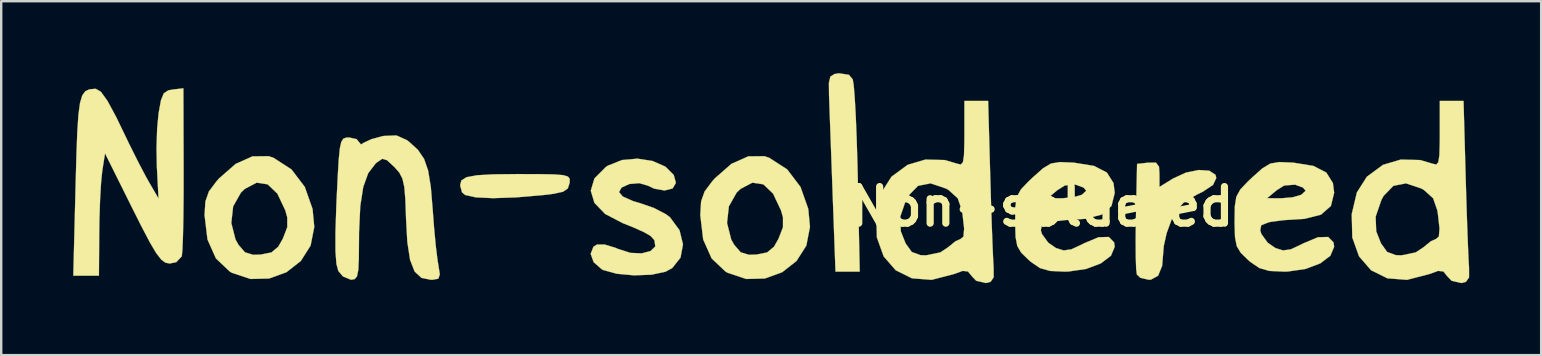
<source format=kicad_pcb>
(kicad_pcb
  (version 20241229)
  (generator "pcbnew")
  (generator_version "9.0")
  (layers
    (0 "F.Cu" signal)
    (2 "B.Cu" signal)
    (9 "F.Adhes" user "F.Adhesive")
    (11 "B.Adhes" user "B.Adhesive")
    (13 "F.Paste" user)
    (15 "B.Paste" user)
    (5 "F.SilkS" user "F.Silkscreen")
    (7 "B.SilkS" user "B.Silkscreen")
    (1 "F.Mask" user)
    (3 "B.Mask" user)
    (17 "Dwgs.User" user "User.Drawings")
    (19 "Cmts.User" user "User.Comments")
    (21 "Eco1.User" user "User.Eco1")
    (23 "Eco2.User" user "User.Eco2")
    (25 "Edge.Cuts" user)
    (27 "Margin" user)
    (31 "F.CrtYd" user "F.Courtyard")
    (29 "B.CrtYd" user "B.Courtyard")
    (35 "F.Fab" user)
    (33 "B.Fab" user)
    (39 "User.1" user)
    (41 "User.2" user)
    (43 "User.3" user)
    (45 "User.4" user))
  (footprint "Non-soldered"
    (layer "F.Cu")
    (at 27.258 5.76)
    (property "Reference" "Non-soldered" (at 13.1 -0.2 0) (layer "F.SilkS") (effects (font (size 1.524 1.524) (thickness 0.3))))
    (attr through_hole)
    (fp_poly (pts (xy 5.069 -5.693) (xy 5.23 -5.501) (xy 5.271 -5.249) (xy 5.314 -4.71) (xy 5.357 -3.939) (xy 5.395 -2.987) (xy 5.428 -1.907) (xy 5.441 -1.343) (xy 5.52 2.509) (xy 4.511 2.509) (xy 4.391 -0.75) (xy 4.352 -1.832) (xy 4.314 -2.856) (xy 4.281 -3.751) (xy 4.256 -4.446) (xy 4.241 -4.857) (xy 4.236 -5.361) (xy 4.298 -5.619) (xy 4.469 -5.725) (xy 4.654 -5.755) (xy 5.069 -5.693)) (stroke (width 0.01) (type solid)) (fill yes) (layer "F.SilkS"))
    (fp_poly (pts (xy -7.837 -1.553) (xy -7.222 -1.542) (xy -6.84 -1.511) (xy -6.639 -1.453) (xy -6.566 -1.357) (xy -6.568 -1.214) (xy -6.573 -1.174) (xy -6.646 -0.955) (xy -6.842 -0.82) (xy -7.241 -0.733) (xy -7.643 -0.684) (xy -8.803 -0.584) (xy -9.759 -0.552) (xy -10.477 -0.585) (xy -10.922 -0.683) (xy -11.053 -0.793) (xy -11.132 -1.083) (xy -11.083 -1.289) (xy -10.863 -1.426) (xy -10.431 -1.506) (xy -9.746 -1.545) (xy -8.764 -1.555) (xy -8.738 -1.555) (xy -7.837 -1.553)) (stroke (width 0.01) (type solid)) (fill yes) (layer "F.SilkS"))
    (fp_poly (pts (xy 17.868 -2.031) (xy 17.993 -1.863) (xy 18.011 -1.552) (xy 18.011 -1.019) (xy 18.581 -1.372) (xy 19.115 -1.617) (xy 19.644 -1.725) (xy 20.083 -1.697) (xy 20.345 -1.529) (xy 20.381 -1.393) (xy 20.243 -1.103) (xy 19.808 -0.814) (xy 19.614 -0.723) (xy 19.052 -0.405) (xy 18.687 0.015) (xy 18.517 0.343) (xy 18.312 0.903) (xy 18.193 1.434) (xy 18.181 1.578) (xy 18.123 2.272) (xy 17.956 2.68) (xy 17.661 2.842) (xy 17.562 2.848) (xy 17.215 2.767) (xy 17.069 2.627) (xy 17.04 2.382) (xy 17.024 1.87) (xy 17.02 1.163) (xy 17.029 0.332) (xy 17.032 0.214) (xy 17.079 -1.978) (xy 17.545 -2.032) (xy 17.868 -2.031)) (stroke (width 0.01) (type solid)) (fill yes) (layer "F.SilkS"))
    (fp_poly (pts (xy -18.914 -2.236) (xy -18.16 -1.749) (xy -17.606 -1.02) (xy -17.283 -0.104) (xy -17.211 0.646) (xy -17.363 1.423) (xy -17.771 2.065) (xy -18.369 2.534) (xy -19.091 2.796) (xy -19.87 2.816) (xy -20.64 2.56) (xy -20.735 2.505) (xy -21.309 1.96) (xy -21.661 1.172) (xy -21.744 0.482) (xy -20.669 0.482) (xy -20.492 1.173) (xy -20.372 1.389) (xy -20.1 1.704) (xy -19.76 1.809) (xy -19.444 1.799) (xy -18.996 1.71) (xy -18.711 1.471) (xy -18.522 1.14) (xy -18.336 0.659) (xy -18.337 0.249) (xy -18.419 -0.045) (xy -18.749 -0.742) (xy -19.155 -1.128) (xy -19.614 -1.197) (xy -20.106 -0.938) (xy -20.268 -0.783) (xy -20.592 -0.21) (xy -20.669 0.482) (xy -21.744 0.482) (xy -21.783 0.159) (xy -21.783 0.145) (xy -21.748 -0.417) (xy -21.602 -0.832) (xy -21.277 -1.265) (xy -21.179 -1.375) (xy -20.486 -1.981) (xy -19.784 -2.294) (xy -19.113 -2.301) (xy -18.914 -2.236)) (stroke (width 0.01) (type solid)) (fill yes) (layer "F.SilkS"))
    (fp_poly (pts (xy 1.745 -2.236) (xy 2.499 -1.749) (xy 3.053 -1.02) (xy 3.376 -0.104) (xy 3.447 0.646) (xy 3.296 1.423) (xy 2.888 2.065) (xy 2.29 2.534) (xy 1.568 2.796) (xy 0.789 2.816) (xy 0.019 2.56) (xy -0.076 2.505) (xy -0.651 1.96) (xy -1.003 1.172) (xy -1.085 0.482) (xy -0.01 0.482) (xy 0.166 1.173) (xy 0.287 1.389) (xy 0.559 1.704) (xy 0.899 1.809) (xy 1.215 1.799) (xy 1.663 1.71) (xy 1.948 1.471) (xy 2.136 1.14) (xy 2.322 0.659) (xy 2.322 0.249) (xy 2.239 -0.045) (xy 1.909 -0.742) (xy 1.504 -1.128) (xy 1.044 -1.197) (xy 0.553 -0.938) (xy 0.391 -0.783) (xy 0.067 -0.21) (xy -0.01 0.482) (xy -1.085 0.482) (xy -1.124 0.159) (xy -1.124 0.145) (xy -1.09 -0.417) (xy -0.943 -0.832) (xy -0.618 -1.265) (xy -0.52 -1.375) (xy 0.172 -1.981) (xy 0.875 -2.294) (xy 1.546 -2.301) (xy 1.745 -2.236)) (stroke (width 0.01) (type solid)) (fill yes) (layer "F.SilkS"))
    (fp_poly (pts (xy -22.656 -1.776) (xy -22.657 -0.728) (xy -22.666 0.217) (xy -22.682 1.002) (xy -22.704 1.568) (xy -22.73 1.86) (xy -22.734 1.874) (xy -22.963 2.116) (xy -23.234 2.171) (xy -23.411 2.138) (xy -23.588 2.009) (xy -23.796 1.741) (xy -24.063 1.29) (xy -24.42 0.61) (xy -24.789 -0.124) (xy -25.931 -2.419) (xy -26.046 -1.691) (xy -26.095 -1.209) (xy -26.137 -0.501) (xy -26.165 0.324) (xy -26.173 0.858) (xy -26.185 2.679) (xy -27.253 2.679) (xy -27.158 -1.07) (xy -27.123 -2.339) (xy -27.087 -3.31) (xy -27.04 -4.022) (xy -26.974 -4.516) (xy -26.881 -4.831) (xy -26.753 -5.008) (xy -26.58 -5.087) (xy -26.356 -5.108) (xy -26.314 -5.108) (xy -26.104 -4.986) (xy -25.826 -4.601) (xy -25.464 -3.929) (xy -25.278 -3.544) (xy -24.912 -2.786) (xy -24.547 -2.057) (xy -24.238 -1.468) (xy -24.12 -1.257) (xy -23.701 -0.536) (xy -23.77 -1.849) (xy -23.785 -2.645) (xy -23.759 -3.457) (xy -23.698 -4.095) (xy -23.6 -4.634) (xy -23.482 -4.922) (xy -23.29 -5.046) (xy -23.112 -5.078) (xy -22.666 -5.13) (xy -22.656 -1.776)) (stroke (width 0.01) (type solid)) (fill yes) (layer "F.SilkS"))
    (fp_poly (pts (xy -3.108 -2.099) (xy -2.577 -1.865) (xy -2.23 -1.518) (xy -2.14 -1.19) (xy -2.277 -0.956) (xy -2.615 -0.872) (xy -3.048 -0.949) (xy -3.302 -1.071) (xy -3.667 -1.177) (xy -4.078 -1.142) (xy -4.403 -0.996) (xy -4.511 -0.805) (xy -4.354 -0.62) (xy -3.93 -0.431) (xy -3.65 -0.349) (xy -3.065 -0.147) (xy -2.558 0.116) (xy -2.387 0.244) (xy -1.989 0.785) (xy -1.845 1.373) (xy -1.947 1.926) (xy -2.29 2.358) (xy -2.572 2.513) (xy -3.158 2.638) (xy -3.885 2.665) (xy -4.604 2.598) (xy -5.166 2.444) (xy -5.23 2.412) (xy -5.57 2.114) (xy -5.692 1.766) (xy -5.576 1.472) (xy -5.427 1.379) (xy -5.108 1.381) (xy -4.66 1.516) (xy -4.557 1.562) (xy -4.039 1.728) (xy -3.564 1.749) (xy -3.196 1.651) (xy -2.998 1.459) (xy -3.036 1.199) (xy -3.2 1.019) (xy -3.469 0.865) (xy -3.94 0.654) (xy -4.358 0.488) (xy -5.089 0.107) (xy -5.536 -0.357) (xy -5.688 -0.865) (xy -5.535 -1.375) (xy -5.067 -1.845) (xy -4.972 -1.908) (xy -4.388 -2.141) (xy -3.74 -2.198) (xy -3.108 -2.099)) (stroke (width 0.01) (type solid)) (fill yes) (layer "F.SilkS"))
    (fp_poly (pts (xy 10.961 -1.428) (xy 10.992 -0.382) (xy 11.024 0.586) (xy 11.055 1.408) (xy 11.082 2.02) (xy 11.101 2.34) (xy 11.102 2.749) (xy 10.975 2.934) (xy 10.78 2.986) (xy 10.374 2.89) (xy 10.201 2.71) (xy 10.032 2.503) (xy 9.815 2.478) (xy 9.437 2.614) (xy 8.517 2.852) (xy 7.698 2.788) (xy 7.019 2.452) (xy 6.518 1.875) (xy 6.236 1.088) (xy 6.215 0.221) (xy 7.209 0.221) (xy 7.233 0.831) (xy 7.432 1.332) (xy 7.689 1.69) (xy 8.046 1.822) (xy 8.278 1.832) (xy 8.877 1.71) (xy 9.205 1.493) (xy 9.509 1.245) (xy 9.713 1.155) (xy 9.843 1.052) (xy 9.872 0.716) (xy 9.803 0.105) (xy 9.779 -0.044) (xy 9.606 -0.546) (xy 9.225 -0.89) (xy 9.114 -0.954) (xy 8.474 -1.169) (xy 7.948 -1.065) (xy 7.539 -0.644) (xy 7.447 -0.473) (xy 7.209 0.221) (xy 6.215 0.221) (xy 6.212 0.123) (xy 6.215 0.102) (xy 6.426 -0.788) (xy 6.843 -1.445) (xy 7.505 -1.933) (xy 7.524 -1.943) (xy 8.258 -2.16) (xy 9.07 -2.14) (xy 9.586 -1.987) (xy 9.733 -1.953) (xy 9.821 -2.05) (xy 9.866 -2.336) (xy 9.881 -2.874) (xy 9.883 -3.23) (xy 9.883 -4.603) (xy 10.872 -4.603) (xy 10.961 -1.428)) (stroke (width 0.01) (type solid)) (fill yes) (layer "F.SilkS"))
    (fp_poly (pts (xy 30.773 -1.428) (xy 30.804 -0.382) (xy 30.836 0.586) (xy 30.867 1.408) (xy 30.894 2.02) (xy 30.913 2.34) (xy 30.914 2.749) (xy 30.787 2.934) (xy 30.592 2.986) (xy 30.186 2.89) (xy 30.013 2.71) (xy 29.844 2.503) (xy 29.627 2.478) (xy 29.249 2.614) (xy 28.329 2.852) (xy 27.51 2.788) (xy 26.831 2.452) (xy 26.33 1.875) (xy 26.048 1.088) (xy 26.027 0.221) (xy 27.021 0.221) (xy 27.045 0.831) (xy 27.244 1.332) (xy 27.501 1.69) (xy 27.858 1.822) (xy 28.09 1.832) (xy 28.689 1.71) (xy 29.017 1.493) (xy 29.321 1.245) (xy 29.525 1.155) (xy 29.655 1.052) (xy 29.684 0.716) (xy 29.615 0.105) (xy 29.591 -0.044) (xy 29.418 -0.546) (xy 29.037 -0.89) (xy 28.926 -0.954) (xy 28.286 -1.169) (xy 27.76 -1.065) (xy 27.351 -0.644) (xy 27.259 -0.473) (xy 27.021 0.221) (xy 26.027 0.221) (xy 26.024 0.123) (xy 26.027 0.102) (xy 26.238 -0.788) (xy 26.655 -1.445) (xy 27.317 -1.933) (xy 27.336 -1.943) (xy 28.07 -2.16) (xy 28.882 -2.14) (xy 29.398 -1.987) (xy 29.545 -1.953) (xy 29.633 -2.05) (xy 29.678 -2.336) (xy 29.693 -2.874) (xy 29.695 -3.23) (xy 29.695 -4.603) (xy 30.684 -4.603) (xy 30.773 -1.428)) (stroke (width 0.01) (type solid)) (fill yes) (layer "F.SilkS"))
    (fp_poly (pts (xy 14.418 -2.033) (xy 14.462 -2.029) (xy 15.286 -1.895) (xy 15.821 -1.619) (xy 16.096 -1.182) (xy 16.148 -0.776) (xy 16.012 -0.225) (xy 15.599 0.136) (xy 14.908 0.311) (xy 14.629 0.328) (xy 14.045 0.365) (xy 13.53 0.432) (xy 13.417 0.455) (xy 13.108 0.577) (xy 13.068 0.793) (xy 13.116 0.944) (xy 13.375 1.301) (xy 13.699 1.527) (xy 14.02 1.626) (xy 14.344 1.58) (xy 14.803 1.365) (xy 14.867 1.33) (xy 15.473 1.077) (xy 15.9 1.065) (xy 16.122 1.291) (xy 16.148 1.474) (xy 15.991 1.847) (xy 15.568 2.167) (xy 14.952 2.399) (xy 14.214 2.506) (xy 14.056 2.509) (xy 13.45 2.481) (xy 13.033 2.362) (xy 12.656 2.106) (xy 12.552 2.015) (xy 12.254 1.723) (xy 12.088 1.447) (xy 12.016 1.073) (xy 11.999 0.489) (xy 11.999 0.394) (xy 12.009 -0.217) (xy 12.062 -0.55) (xy 13.354 -0.55) (xy 13.947 -0.547) (xy 14.422 -0.588) (xy 14.773 -0.692) (xy 14.788 -0.701) (xy 14.96 -0.861) (xy 14.852 -0.992) (xy 14.521 -1.114) (xy 14.068 -1.081) (xy 13.759 -0.887) (xy 13.354 -0.55) (xy 12.062 -0.55) (xy 12.073 -0.613) (xy 12.239 -0.917) (xy 12.559 -1.253) (xy 12.733 -1.417) (xy 13.163 -1.799) (xy 13.492 -1.995) (xy 13.863 -2.056) (xy 14.418 -2.033)) (stroke (width 0.01) (type solid)) (fill yes) (layer "F.SilkS"))
    (fp_poly (pts (xy 23.562 -2.033) (xy 23.606 -2.029) (xy 24.43 -1.895) (xy 24.965 -1.619) (xy 25.24 -1.182) (xy 25.292 -0.776) (xy 25.156 -0.225) (xy 24.743 0.136) (xy 24.052 0.311) (xy 23.773 0.328) (xy 23.189 0.365) (xy 22.674 0.432) (xy 22.561 0.455) (xy 22.252 0.577) (xy 22.212 0.793) (xy 22.26 0.944) (xy 22.519 1.301) (xy 22.843 1.527) (xy 23.164 1.626) (xy 23.488 1.58) (xy 23.947 1.365) (xy 24.011 1.33) (xy 24.617 1.077) (xy 25.044 1.065) (xy 25.266 1.291) (xy 25.292 1.474) (xy 25.135 1.847) (xy 24.712 2.167) (xy 24.096 2.399) (xy 23.358 2.506) (xy 23.2 2.509) (xy 22.594 2.481) (xy 22.177 2.362) (xy 21.8 2.106) (xy 21.696 2.015) (xy 21.398 1.723) (xy 21.232 1.447) (xy 21.16 1.073) (xy 21.143 0.489) (xy 21.143 0.394) (xy 21.153 -0.217) (xy 21.206 -0.55) (xy 22.498 -0.55) (xy 23.091 -0.547) (xy 23.566 -0.588) (xy 23.917 -0.692) (xy 23.932 -0.701) (xy 24.104 -0.861) (xy 23.996 -0.992) (xy 23.665 -1.114) (xy 23.212 -1.081) (xy 22.903 -0.887) (xy 22.498 -0.55) (xy 21.206 -0.55) (xy 21.217 -0.613) (xy 21.383 -0.917) (xy 21.703 -1.253) (xy 21.877 -1.417) (xy 22.307 -1.799) (xy 22.636 -1.995) (xy 23.007 -2.056) (xy 23.562 -2.033)) (stroke (width 0.01) (type solid)) (fill yes) (layer "F.SilkS"))
    (fp_poly (pts (xy -13.354 -2.972) (xy -13.257 -2.899) (xy -12.89 -2.564) (xy -12.635 -2.189) (xy -12.465 -1.699) (xy -12.354 -1.017) (xy -12.279 -0.115) (xy -12.218 0.688) (xy -12.147 1.435) (xy -12.076 2.015) (xy -12.043 2.213) (xy -11.979 2.625) (xy -12.04 2.805) (xy -12.276 2.847) (xy -12.359 2.848) (xy -12.746 2.769) (xy -13.028 2.506) (xy -13.218 2.022) (xy -13.333 1.276) (xy -13.386 0.309) (xy -13.414 -0.483) (xy -13.458 -1.015) (xy -13.536 -1.366) (xy -13.665 -1.615) (xy -13.864 -1.841) (xy -13.877 -1.854) (xy -14.179 -2.134) (xy -14.375 -2.192) (xy -14.591 -2.049) (xy -14.663 -1.985) (xy -14.963 -1.593) (xy -15.17 -1.02) (xy -15.294 -0.22) (xy -15.345 0.854) (xy -15.347 1.197) (xy -15.353 1.957) (xy -15.376 2.44) (xy -15.431 2.708) (xy -15.529 2.823) (xy -15.681 2.848) (xy -16.014 2.711) (xy -16.208 2.484) (xy -16.287 2.192) (xy -16.327 1.665) (xy -16.328 0.87) (xy -16.292 -0.224) (xy -16.281 -0.479) (xy -16.233 -1.467) (xy -16.191 -2.166) (xy -16.145 -2.627) (xy -16.084 -2.898) (xy -15.998 -3.031) (xy -15.878 -3.075) (xy -15.754 -3.079) (xy -15.444 -3.011) (xy -15.348 -2.889) (xy -15.265 -2.79) (xy -15.136 -2.867) (xy -14.834 -3.008) (xy -14.375 -3.133) (xy -14.316 -3.144) (xy -13.787 -3.166) (xy -13.354 -2.972)) (stroke (width 0.01) (type solid)) (fill yes) (layer "F.SilkS")))
  (gr_rect
    (start -3 -3)
    (end 61.177 11.751)
    (stroke (width 0.1) (type default))
    (fill no)
    (layer "Edge.Cuts")))
</source>
